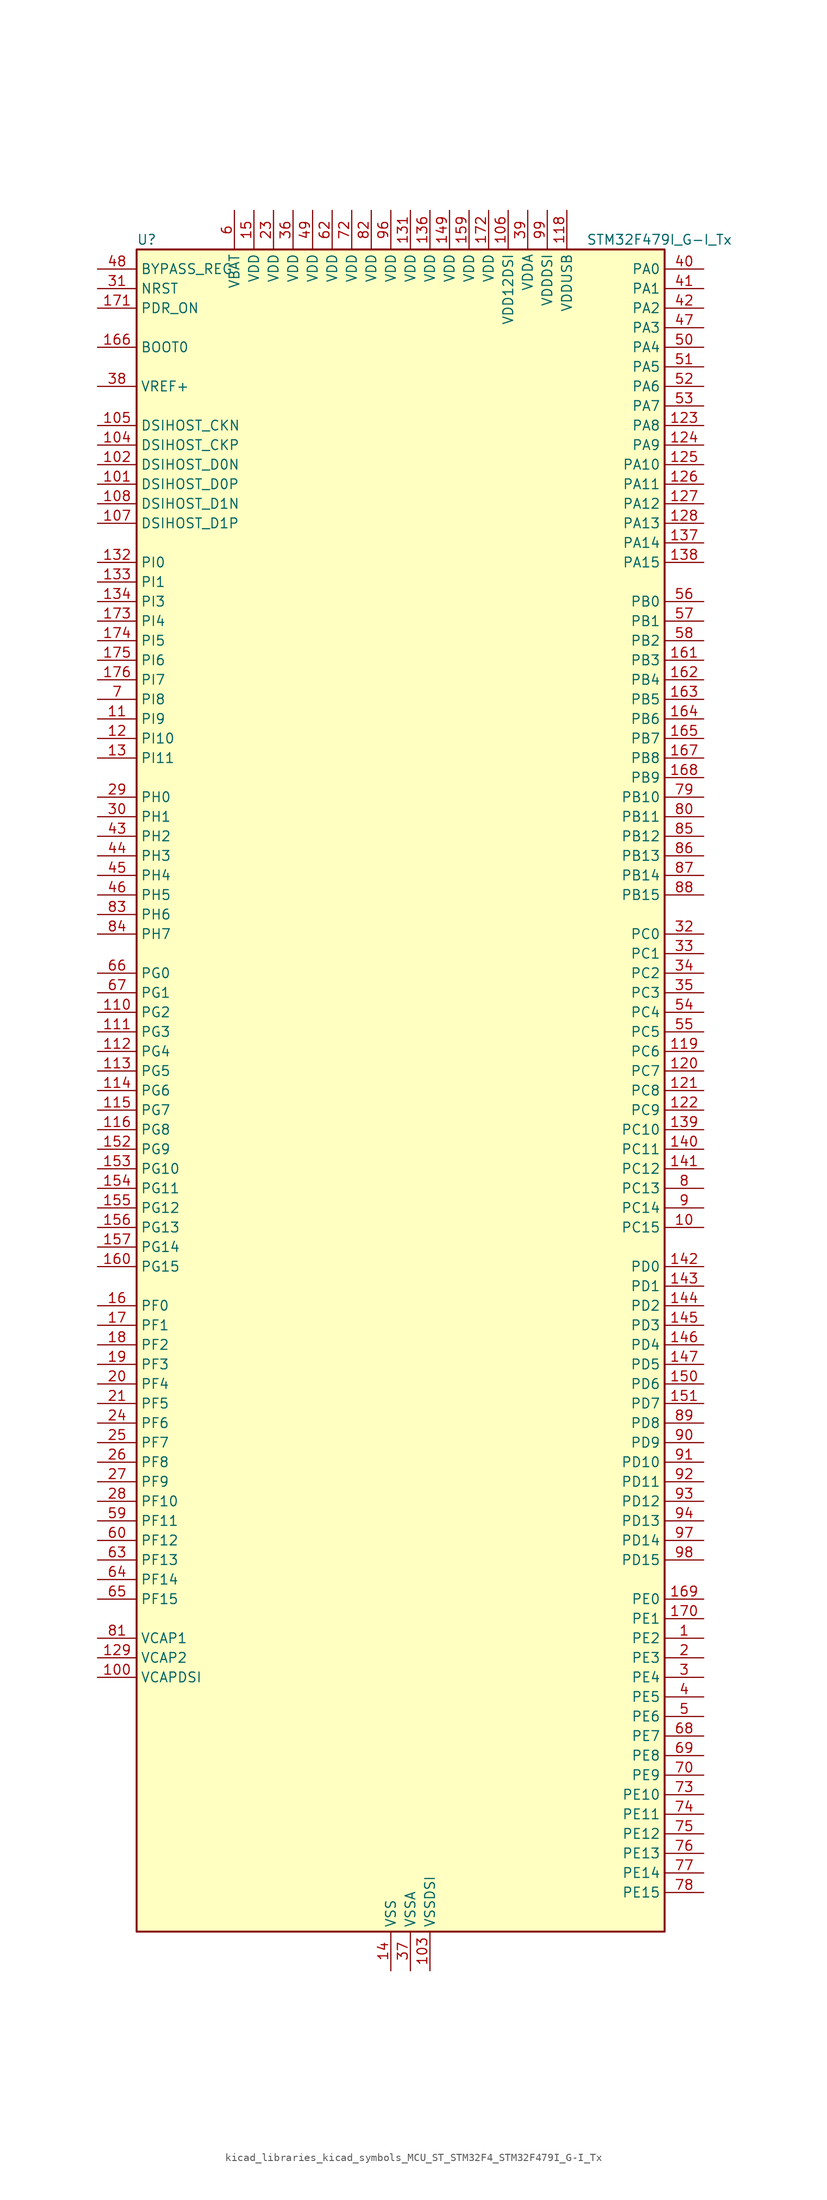
<source format=kicad_sym>
(kicad_symbol_lib
  (version 20220914)
  (generator kicad_symbol_editor)
  (symbol "kicad_libraries_kicad_symbols_MCU_ST_STM32F4_STM32F479I_G-I_Tx"
    (property "Reference" "U"
      (at -33.02 110.49 0)
      (effects (font (size 1.27 1.27)) (justify left)))
    (property "Value" "STM32F479I_G-I_Tx"
      (at 25.4 110.49 0)
      (effects (font (size 1.27 1.27)) (justify left)))
    (property "ki_locked" ""
      (at 0 0 0)
      (effects (font (size 1.27 1.27))))
    (symbol "kicad_libraries_kicad_symbols_MCU_ST_STM32F4_STM32F479I_G-I_Tx_0_1"
      (rectangle (start -33.02 -109.22) (end 35.56 109.22) (stroke (width 0.254) (type default)) (fill (type background))))
    (symbol "kicad_libraries_kicad_symbols_MCU_ST_STM32F4_STM32F479I_G-I_Tx_1_1"
      (pin bidirectional line (at 40.64 -71.12 180) (length 5.08) (name "PE2" (effects (font (size 1.27 1.27)))) (number "1" (effects (font (size 1.27 1.27)))) (alternate "ETH_TXD3" bidirectional line) (alternate "FMC_A23" bidirectional line) (alternate "QUADSPI_BK1_IO2" bidirectional line) (alternate "SAI1_MCLK_A" bidirectional line) (alternate "SPI4_SCK" bidirectional line) (alternate "SYS_TRACECLK" bidirectional line))
      (pin bidirectional line (at 40.64 -17.78 180) (length 5.08) (name "PC15" (effects (font (size 1.27 1.27)))) (number "10" (effects (font (size 1.27 1.27)))) (alternate "ADC1_EXTI15" bidirectional line) (alternate "ADC2_EXTI15" bidirectional line) (alternate "ADC3_EXTI15" bidirectional line) (alternate "RCC_OSC32_OUT" bidirectional line))
      (pin power_out line (at -38.1 -76.2 0) (length 5.08) (name "VCAPDSI" (effects (font (size 1.27 1.27)))) (number "100" (effects (font (size 1.27 1.27)))))
      (pin bidirectional line (at -38.1 78.74 0) (length 5.08) (name "DSIHOST_D0P" (effects (font (size 1.27 1.27)))) (number "101" (effects (font (size 1.27 1.27)))) (alternate "DSIHOST_D0P" bidirectional line))
      (pin bidirectional line (at -38.1 81.28 0) (length 5.08) (name "DSIHOST_D0N" (effects (font (size 1.27 1.27)))) (number "102" (effects (font (size 1.27 1.27)))) (alternate "DSIHOST_D0N" bidirectional line))
      (pin power_in line (at 5.08 -114.3 90) (length 5.08) (name "VSSDSI" (effects (font (size 1.27 1.27)))) (number "103" (effects (font (size 1.27 1.27)))))
      (pin bidirectional line (at -38.1 83.82 0) (length 5.08) (name "DSIHOST_CKP" (effects (font (size 1.27 1.27)))) (number "104" (effects (font (size 1.27 1.27)))) (alternate "DSIHOST_CKP" bidirectional line))
      (pin bidirectional line (at -38.1 86.36 0) (length 5.08) (name "DSIHOST_CKN" (effects (font (size 1.27 1.27)))) (number "105" (effects (font (size 1.27 1.27)))) (alternate "DSIHOST_CKN" bidirectional line))
      (pin power_in line (at 15.24 114.3 270) (length 5.08) (name "VDD12DSI" (effects (font (size 1.27 1.27)))) (number "106" (effects (font (size 1.27 1.27)))))
      (pin bidirectional line (at -38.1 73.66 0) (length 5.08) (name "DSIHOST_D1P" (effects (font (size 1.27 1.27)))) (number "107" (effects (font (size 1.27 1.27)))) (alternate "DSIHOST_D1P" bidirectional line))
      (pin bidirectional line (at -38.1 76.2 0) (length 5.08) (name "DSIHOST_D1N" (effects (font (size 1.27 1.27)))) (number "108" (effects (font (size 1.27 1.27)))) (alternate "DSIHOST_D1N" bidirectional line))
      (pin passive line (at 5.08 -114.3 90) (length 5.08) hide (name "VSSDSI" (effects (font (size 1.27 1.27)))) (number "109" (effects (font (size 1.27 1.27)))))
      (pin bidirectional line (at -38.1 48.26 0) (length 5.08) (name "PI9" (effects (font (size 1.27 1.27)))) (number "11" (effects (font (size 1.27 1.27)))) (alternate "CAN1_RX" bidirectional line) (alternate "DAC_EXTI9" bidirectional line) (alternate "FMC_D30" bidirectional line) (alternate "LTDC_VSYNC" bidirectional line))
      (pin bidirectional line (at -38.1 10.16 0) (length 5.08) (name "PG2" (effects (font (size 1.27 1.27)))) (number "110" (effects (font (size 1.27 1.27)))) (alternate "FMC_A12" bidirectional line))
      (pin bidirectional line (at -38.1 7.62 0) (length 5.08) (name "PG3" (effects (font (size 1.27 1.27)))) (number "111" (effects (font (size 1.27 1.27)))) (alternate "FMC_A13" bidirectional line))
      (pin bidirectional line (at -38.1 5.08 0) (length 5.08) (name "PG4" (effects (font (size 1.27 1.27)))) (number "112" (effects (font (size 1.27 1.27)))) (alternate "FMC_A14" bidirectional line) (alternate "FMC_BA0" bidirectional line))
      (pin bidirectional line (at -38.1 2.54 0) (length 5.08) (name "PG5" (effects (font (size 1.27 1.27)))) (number "113" (effects (font (size 1.27 1.27)))) (alternate "FMC_A15" bidirectional line) (alternate "FMC_BA1" bidirectional line))
      (pin bidirectional line (at -38.1 0 0) (length 5.08) (name "PG6" (effects (font (size 1.27 1.27)))) (number "114" (effects (font (size 1.27 1.27)))) (alternate "DCMI_D12" bidirectional line) (alternate "LTDC_R7" bidirectional line))
      (pin bidirectional line (at -38.1 -2.54 0) (length 5.08) (name "PG7" (effects (font (size 1.27 1.27)))) (number "115" (effects (font (size 1.27 1.27)))) (alternate "DCMI_D13" bidirectional line) (alternate "FMC_INT" bidirectional line) (alternate "LTDC_CLK" bidirectional line) (alternate "SAI1_MCLK_A" bidirectional line) (alternate "USART6_CK" bidirectional line))
      (pin bidirectional line (at -38.1 -5.08 0) (length 5.08) (name "PG8" (effects (font (size 1.27 1.27)))) (number "116" (effects (font (size 1.27 1.27)))) (alternate "ETH_PPS_OUT" bidirectional line) (alternate "FMC_SDCLK" bidirectional line) (alternate "LTDC_G7" bidirectional line) (alternate "SPI6_NSS" bidirectional line) (alternate "USART6_RTS" bidirectional line))
      (pin passive line (at 0 -114.3 90) (length 5.08) hide (name "VSS" (effects (font (size 1.27 1.27)))) (number "117" (effects (font (size 1.27 1.27)))))
      (pin power_in line (at 22.86 114.3 270) (length 5.08) (name "VDDUSB" (effects (font (size 1.27 1.27)))) (number "118" (effects (font (size 1.27 1.27)))))
      (pin bidirectional line (at 40.64 5.08 180) (length 5.08) (name "PC6" (effects (font (size 1.27 1.27)))) (number "119" (effects (font (size 1.27 1.27)))) (alternate "DCMI_D0" bidirectional line) (alternate "I2S2_MCK" bidirectional line) (alternate "LTDC_HSYNC" bidirectional line) (alternate "SDIO_D6" bidirectional line) (alternate "TIM3_CH1" bidirectional line) (alternate "TIM8_CH1" bidirectional line) (alternate "USART6_TX" bidirectional line))
      (pin bidirectional line (at -38.1 45.72 0) (length 5.08) (name "PI10" (effects (font (size 1.27 1.27)))) (number "12" (effects (font (size 1.27 1.27)))) (alternate "ETH_RX_ER" bidirectional line) (alternate "FMC_D31" bidirectional line) (alternate "LTDC_HSYNC" bidirectional line))
      (pin bidirectional line (at 40.64 2.54 180) (length 5.08) (name "PC7" (effects (font (size 1.27 1.27)))) (number "120" (effects (font (size 1.27 1.27)))) (alternate "DCMI_D1" bidirectional line) (alternate "I2S3_MCK" bidirectional line) (alternate "LTDC_G6" bidirectional line) (alternate "SDIO_D7" bidirectional line) (alternate "TIM3_CH2" bidirectional line) (alternate "TIM8_CH2" bidirectional line) (alternate "USART6_RX" bidirectional line))
      (pin bidirectional line (at 40.64 0 180) (length 5.08) (name "PC8" (effects (font (size 1.27 1.27)))) (number "121" (effects (font (size 1.27 1.27)))) (alternate "DCMI_D2" bidirectional line) (alternate "SDIO_D0" bidirectional line) (alternate "SYS_TRACED1" bidirectional line) (alternate "TIM3_CH3" bidirectional line) (alternate "TIM8_CH3" bidirectional line) (alternate "USART6_CK" bidirectional line))
      (pin bidirectional line (at 40.64 -2.54 180) (length 5.08) (name "PC9" (effects (font (size 1.27 1.27)))) (number "122" (effects (font (size 1.27 1.27)))) (alternate "DAC_EXTI9" bidirectional line) (alternate "DCMI_D3" bidirectional line) (alternate "I2C3_SDA" bidirectional line) (alternate "I2S_CKIN" bidirectional line) (alternate "QUADSPI_BK1_IO0" bidirectional line) (alternate "RCC_MCO_2" bidirectional line) (alternate "SDIO_D1" bidirectional line) (alternate "TIM3_CH4" bidirectional line) (alternate "TIM8_CH4" bidirectional line))
      (pin bidirectional line (at 40.64 86.36 180) (length 5.08) (name "PA8" (effects (font (size 1.27 1.27)))) (number "123" (effects (font (size 1.27 1.27)))) (alternate "I2C3_SCL" bidirectional line) (alternate "LTDC_R6" bidirectional line) (alternate "RCC_MCO_1" bidirectional line) (alternate "TIM1_CH1" bidirectional line) (alternate "USART1_CK" bidirectional line) (alternate "USB_OTG_FS_SOF" bidirectional line))
      (pin bidirectional line (at 40.64 83.82 180) (length 5.08) (name "PA9" (effects (font (size 1.27 1.27)))) (number "124" (effects (font (size 1.27 1.27)))) (alternate "DAC_EXTI9" bidirectional line) (alternate "DCMI_D0" bidirectional line) (alternate "I2C3_SMBA" bidirectional line) (alternate "I2S2_CK" bidirectional line) (alternate "SPI2_SCK" bidirectional line) (alternate "TIM1_CH2" bidirectional line) (alternate "USART1_TX" bidirectional line) (alternate "USB_OTG_FS_VBUS" bidirectional line))
      (pin bidirectional line (at 40.64 81.28 180) (length 5.08) (name "PA10" (effects (font (size 1.27 1.27)))) (number "125" (effects (font (size 1.27 1.27)))) (alternate "DCMI_D1" bidirectional line) (alternate "TIM1_CH3" bidirectional line) (alternate "USART1_RX" bidirectional line) (alternate "USB_OTG_FS_ID" bidirectional line))
      (pin bidirectional line (at 40.64 78.74 180) (length 5.08) (name "PA11" (effects (font (size 1.27 1.27)))) (number "126" (effects (font (size 1.27 1.27)))) (alternate "ADC1_EXTI11" bidirectional line) (alternate "ADC2_EXTI11" bidirectional line) (alternate "ADC3_EXTI11" bidirectional line) (alternate "CAN1_RX" bidirectional line) (alternate "LTDC_R4" bidirectional line) (alternate "TIM1_CH4" bidirectional line) (alternate "USART1_CTS" bidirectional line) (alternate "USB_OTG_FS_DM" bidirectional line))
      (pin bidirectional line (at 40.64 76.2 180) (length 5.08) (name "PA12" (effects (font (size 1.27 1.27)))) (number "127" (effects (font (size 1.27 1.27)))) (alternate "CAN1_TX" bidirectional line) (alternate "LTDC_R5" bidirectional line) (alternate "TIM1_ETR" bidirectional line) (alternate "USART1_RTS" bidirectional line) (alternate "USB_OTG_FS_DP" bidirectional line))
      (pin bidirectional line (at 40.64 73.66 180) (length 5.08) (name "PA13" (effects (font (size 1.27 1.27)))) (number "128" (effects (font (size 1.27 1.27)))) (alternate "SYS_JTMS-SWDIO" bidirectional line))
      (pin power_out line (at -38.1 -73.66 0) (length 5.08) (name "VCAP2" (effects (font (size 1.27 1.27)))) (number "129" (effects (font (size 1.27 1.27)))))
      (pin bidirectional line (at -38.1 43.18 0) (length 5.08) (name "PI11" (effects (font (size 1.27 1.27)))) (number "13" (effects (font (size 1.27 1.27)))) (alternate "ADC1_EXTI11" bidirectional line) (alternate "ADC2_EXTI11" bidirectional line) (alternate "ADC3_EXTI11" bidirectional line) (alternate "LTDC_G6" bidirectional line) (alternate "USB_OTG_HS_ULPI_DIR" bidirectional line))
      (pin passive line (at 0 -114.3 90) (length 5.08) hide (name "VSS" (effects (font (size 1.27 1.27)))) (number "130" (effects (font (size 1.27 1.27)))))
      (pin power_in line (at 2.54 114.3 270) (length 5.08) (name "VDD" (effects (font (size 1.27 1.27)))) (number "131" (effects (font (size 1.27 1.27)))))
      (pin bidirectional line (at -38.1 68.58 0) (length 5.08) (name "PI0" (effects (font (size 1.27 1.27)))) (number "132" (effects (font (size 1.27 1.27)))) (alternate "DCMI_D13" bidirectional line) (alternate "FMC_D24" bidirectional line) (alternate "I2S2_WS" bidirectional line) (alternate "LTDC_G5" bidirectional line) (alternate "SPI2_NSS" bidirectional line) (alternate "TIM5_CH4" bidirectional line))
      (pin bidirectional line (at -38.1 66.04 0) (length 5.08) (name "PI1" (effects (font (size 1.27 1.27)))) (number "133" (effects (font (size 1.27 1.27)))) (alternate "DCMI_D8" bidirectional line) (alternate "FMC_D25" bidirectional line) (alternate "I2S2_CK" bidirectional line) (alternate "LTDC_G6" bidirectional line) (alternate "SPI2_SCK" bidirectional line))
      (pin bidirectional line (at -38.1 63.5 0) (length 5.08) (name "PI3" (effects (font (size 1.27 1.27)))) (number "134" (effects (font (size 1.27 1.27)))) (alternate "DCMI_D10" bidirectional line) (alternate "FMC_D27" bidirectional line) (alternate "I2S2_SD" bidirectional line) (alternate "SPI2_MOSI" bidirectional line) (alternate "TIM8_ETR" bidirectional line))
      (pin passive line (at 0 -114.3 90) (length 5.08) hide (name "VSS" (effects (font (size 1.27 1.27)))) (number "135" (effects (font (size 1.27 1.27)))))
      (pin power_in line (at 5.08 114.3 270) (length 5.08) (name "VDD" (effects (font (size 1.27 1.27)))) (number "136" (effects (font (size 1.27 1.27)))))
      (pin bidirectional line (at 40.64 71.12 180) (length 5.08) (name "PA14" (effects (font (size 1.27 1.27)))) (number "137" (effects (font (size 1.27 1.27)))) (alternate "SYS_JTCK-SWCLK" bidirectional line))
      (pin bidirectional line (at 40.64 68.58 180) (length 5.08) (name "PA15" (effects (font (size 1.27 1.27)))) (number "138" (effects (font (size 1.27 1.27)))) (alternate "ADC1_EXTI15" bidirectional line) (alternate "ADC2_EXTI15" bidirectional line) (alternate "ADC3_EXTI15" bidirectional line) (alternate "I2S3_WS" bidirectional line) (alternate "SPI1_NSS" bidirectional line) (alternate "SPI3_NSS" bidirectional line) (alternate "SYS_JTDI" bidirectional line) (alternate "TIM2_CH1" bidirectional line) (alternate "TIM2_ETR" bidirectional line))
      (pin bidirectional line (at 40.64 -5.08 180) (length 5.08) (name "PC10" (effects (font (size 1.27 1.27)))) (number "139" (effects (font (size 1.27 1.27)))) (alternate "DCMI_D8" bidirectional line) (alternate "I2S3_CK" bidirectional line) (alternate "LTDC_R2" bidirectional line) (alternate "QUADSPI_BK1_IO1" bidirectional line) (alternate "SDIO_D2" bidirectional line) (alternate "SPI3_SCK" bidirectional line) (alternate "UART4_TX" bidirectional line) (alternate "USART3_TX" bidirectional line))
      (pin power_in line (at 0 -114.3 90) (length 5.08) (name "VSS" (effects (font (size 1.27 1.27)))) (number "14" (effects (font (size 1.27 1.27)))))
      (pin bidirectional line (at 40.64 -7.62 180) (length 5.08) (name "PC11" (effects (font (size 1.27 1.27)))) (number "140" (effects (font (size 1.27 1.27)))) (alternate "ADC1_EXTI11" bidirectional line) (alternate "ADC2_EXTI11" bidirectional line) (alternate "ADC3_EXTI11" bidirectional line) (alternate "DCMI_D4" bidirectional line) (alternate "I2S3_ext_SD" bidirectional line) (alternate "QUADSPI_BK2_NCS" bidirectional line) (alternate "SDIO_D3" bidirectional line) (alternate "SPI3_MISO" bidirectional line) (alternate "UART4_RX" bidirectional line) (alternate "USART3_RX" bidirectional line))
      (pin bidirectional line (at 40.64 -10.16 180) (length 5.08) (name "PC12" (effects (font (size 1.27 1.27)))) (number "141" (effects (font (size 1.27 1.27)))) (alternate "DCMI_D9" bidirectional line) (alternate "I2S3_SD" bidirectional line) (alternate "SDIO_CK" bidirectional line) (alternate "SPI3_MOSI" bidirectional line) (alternate "SYS_TRACED3" bidirectional line) (alternate "UART5_TX" bidirectional line) (alternate "USART3_CK" bidirectional line))
      (pin bidirectional line (at 40.64 -22.86 180) (length 5.08) (name "PD0" (effects (font (size 1.27 1.27)))) (number "142" (effects (font (size 1.27 1.27)))) (alternate "CAN1_RX" bidirectional line) (alternate "FMC_D2" bidirectional line) (alternate "FMC_DA2" bidirectional line))
      (pin bidirectional line (at 40.64 -25.4 180) (length 5.08) (name "PD1" (effects (font (size 1.27 1.27)))) (number "143" (effects (font (size 1.27 1.27)))) (alternate "CAN1_TX" bidirectional line) (alternate "FMC_D3" bidirectional line) (alternate "FMC_DA3" bidirectional line))
      (pin bidirectional line (at 40.64 -27.94 180) (length 5.08) (name "PD2" (effects (font (size 1.27 1.27)))) (number "144" (effects (font (size 1.27 1.27)))) (alternate "DCMI_D11" bidirectional line) (alternate "SDIO_CMD" bidirectional line) (alternate "SYS_TRACED2" bidirectional line) (alternate "TIM3_ETR" bidirectional line) (alternate "UART5_RX" bidirectional line))
      (pin bidirectional line (at 40.64 -30.48 180) (length 5.08) (name "PD3" (effects (font (size 1.27 1.27)))) (number "145" (effects (font (size 1.27 1.27)))) (alternate "DCMI_D5" bidirectional line) (alternate "FMC_CLK" bidirectional line) (alternate "I2S2_CK" bidirectional line) (alternate "LTDC_G7" bidirectional line) (alternate "SPI2_SCK" bidirectional line) (alternate "USART2_CTS" bidirectional line))
      (pin bidirectional line (at 40.64 -33.02 180) (length 5.08) (name "PD4" (effects (font (size 1.27 1.27)))) (number "146" (effects (font (size 1.27 1.27)))) (alternate "FMC_NOE" bidirectional line) (alternate "USART2_RTS" bidirectional line))
      (pin bidirectional line (at 40.64 -35.56 180) (length 5.08) (name "PD5" (effects (font (size 1.27 1.27)))) (number "147" (effects (font (size 1.27 1.27)))) (alternate "FMC_NWE" bidirectional line) (alternate "USART2_TX" bidirectional line))
      (pin passive line (at 0 -114.3 90) (length 5.08) hide (name "VSS" (effects (font (size 1.27 1.27)))) (number "148" (effects (font (size 1.27 1.27)))))
      (pin power_in line (at 7.62 114.3 270) (length 5.08) (name "VDD" (effects (font (size 1.27 1.27)))) (number "149" (effects (font (size 1.27 1.27)))))
      (pin power_in line (at -17.78 114.3 270) (length 5.08) (name "VDD" (effects (font (size 1.27 1.27)))) (number "15" (effects (font (size 1.27 1.27)))))
      (pin bidirectional line (at 40.64 -38.1 180) (length 5.08) (name "PD6" (effects (font (size 1.27 1.27)))) (number "150" (effects (font (size 1.27 1.27)))) (alternate "DCMI_D10" bidirectional line) (alternate "FMC_NWAIT" bidirectional line) (alternate "I2S3_SD" bidirectional line) (alternate "LTDC_B2" bidirectional line) (alternate "SAI1_SD_A" bidirectional line) (alternate "SPI3_MOSI" bidirectional line) (alternate "USART2_RX" bidirectional line))
      (pin bidirectional line (at 40.64 -40.64 180) (length 5.08) (name "PD7" (effects (font (size 1.27 1.27)))) (number "151" (effects (font (size 1.27 1.27)))) (alternate "FMC_NE1" bidirectional line) (alternate "USART2_CK" bidirectional line))
      (pin bidirectional line (at -38.1 -7.62 0) (length 5.08) (name "PG9" (effects (font (size 1.27 1.27)))) (number "152" (effects (font (size 1.27 1.27)))) (alternate "DAC_EXTI9" bidirectional line) (alternate "DCMI_VSYNC" bidirectional line) (alternate "FMC_NCE" bidirectional line) (alternate "FMC_NE2" bidirectional line) (alternate "QUADSPI_BK2_IO2" bidirectional line) (alternate "USART6_RX" bidirectional line))
      (pin bidirectional line (at -38.1 -10.16 0) (length 5.08) (name "PG10" (effects (font (size 1.27 1.27)))) (number "153" (effects (font (size 1.27 1.27)))) (alternate "DCMI_D2" bidirectional line) (alternate "FMC_NE3" bidirectional line) (alternate "LTDC_B2" bidirectional line) (alternate "LTDC_G3" bidirectional line))
      (pin bidirectional line (at -38.1 -12.7 0) (length 5.08) (name "PG11" (effects (font (size 1.27 1.27)))) (number "154" (effects (font (size 1.27 1.27)))) (alternate "ADC1_EXTI11" bidirectional line) (alternate "ADC2_EXTI11" bidirectional line) (alternate "ADC3_EXTI11" bidirectional line) (alternate "DCMI_D3" bidirectional line) (alternate "ETH_TX_EN" bidirectional line) (alternate "LTDC_B3" bidirectional line))
      (pin bidirectional line (at -38.1 -15.24 0) (length 5.08) (name "PG12" (effects (font (size 1.27 1.27)))) (number "155" (effects (font (size 1.27 1.27)))) (alternate "FMC_NE4" bidirectional line) (alternate "LTDC_B1" bidirectional line) (alternate "LTDC_B4" bidirectional line) (alternate "SPI6_MISO" bidirectional line) (alternate "USART6_RTS" bidirectional line))
      (pin bidirectional line (at -38.1 -17.78 0) (length 5.08) (name "PG13" (effects (font (size 1.27 1.27)))) (number "156" (effects (font (size 1.27 1.27)))) (alternate "ETH_TXD0" bidirectional line) (alternate "FMC_A24" bidirectional line) (alternate "LTDC_R0" bidirectional line) (alternate "SPI6_SCK" bidirectional line) (alternate "SYS_TRACED0" bidirectional line) (alternate "USART6_CTS" bidirectional line))
      (pin bidirectional line (at -38.1 -20.32 0) (length 5.08) (name "PG14" (effects (font (size 1.27 1.27)))) (number "157" (effects (font (size 1.27 1.27)))) (alternate "ETH_TXD1" bidirectional line) (alternate "FMC_A25" bidirectional line) (alternate "LTDC_B0" bidirectional line) (alternate "QUADSPI_BK2_IO3" bidirectional line) (alternate "SPI6_MOSI" bidirectional line) (alternate "SYS_TRACED1" bidirectional line) (alternate "USART6_TX" bidirectional line))
      (pin passive line (at 0 -114.3 90) (length 5.08) hide (name "VSS" (effects (font (size 1.27 1.27)))) (number "158" (effects (font (size 1.27 1.27)))))
      (pin power_in line (at 10.16 114.3 270) (length 5.08) (name "VDD" (effects (font (size 1.27 1.27)))) (number "159" (effects (font (size 1.27 1.27)))))
      (pin bidirectional line (at -38.1 -27.94 0) (length 5.08) (name "PF0" (effects (font (size 1.27 1.27)))) (number "16" (effects (font (size 1.27 1.27)))) (alternate "FMC_A0" bidirectional line) (alternate "I2C2_SDA" bidirectional line))
      (pin bidirectional line (at -38.1 -22.86 0) (length 5.08) (name "PG15" (effects (font (size 1.27 1.27)))) (number "160" (effects (font (size 1.27 1.27)))) (alternate "ADC1_EXTI15" bidirectional line) (alternate "ADC2_EXTI15" bidirectional line) (alternate "ADC3_EXTI15" bidirectional line) (alternate "DCMI_D13" bidirectional line) (alternate "FMC_SDNCAS" bidirectional line) (alternate "USART6_CTS" bidirectional line))
      (pin bidirectional line (at 40.64 55.88 180) (length 5.08) (name "PB3" (effects (font (size 1.27 1.27)))) (number "161" (effects (font (size 1.27 1.27)))) (alternate "I2S3_CK" bidirectional line) (alternate "SPI1_SCK" bidirectional line) (alternate "SPI3_SCK" bidirectional line) (alternate "SYS_JTDO-SWO" bidirectional line) (alternate "TIM2_CH2" bidirectional line))
      (pin bidirectional line (at 40.64 53.34 180) (length 5.08) (name "PB4" (effects (font (size 1.27 1.27)))) (number "162" (effects (font (size 1.27 1.27)))) (alternate "I2S3_ext_SD" bidirectional line) (alternate "SPI1_MISO" bidirectional line) (alternate "SPI3_MISO" bidirectional line) (alternate "SYS_JTRST" bidirectional line) (alternate "TIM3_CH1" bidirectional line))
      (pin bidirectional line (at 40.64 50.8 180) (length 5.08) (name "PB5" (effects (font (size 1.27 1.27)))) (number "163" (effects (font (size 1.27 1.27)))) (alternate "CAN2_RX" bidirectional line) (alternate "DCMI_D10" bidirectional line) (alternate "ETH_PPS_OUT" bidirectional line) (alternate "FMC_SDCKE1" bidirectional line) (alternate "I2C1_SMBA" bidirectional line) (alternate "I2S3_SD" bidirectional line) (alternate "LTDC_G7" bidirectional line) (alternate "SPI1_MOSI" bidirectional line) (alternate "SPI3_MOSI" bidirectional line) (alternate "TIM3_CH2" bidirectional line) (alternate "USB_OTG_HS_ULPI_D7" bidirectional line))
      (pin bidirectional line (at 40.64 48.26 180) (length 5.08) (name "PB6" (effects (font (size 1.27 1.27)))) (number "164" (effects (font (size 1.27 1.27)))) (alternate "CAN2_TX" bidirectional line) (alternate "DCMI_D5" bidirectional line) (alternate "FMC_SDNE1" bidirectional line) (alternate "I2C1_SCL" bidirectional line) (alternate "QUADSPI_BK1_NCS" bidirectional line) (alternate "TIM4_CH1" bidirectional line) (alternate "USART1_TX" bidirectional line))
      (pin bidirectional line (at 40.64 45.72 180) (length 5.08) (name "PB7" (effects (font (size 1.27 1.27)))) (number "165" (effects (font (size 1.27 1.27)))) (alternate "DCMI_VSYNC" bidirectional line) (alternate "FMC_NL" bidirectional line) (alternate "I2C1_SDA" bidirectional line) (alternate "TIM4_CH2" bidirectional line) (alternate "USART1_RX" bidirectional line))
      (pin input line (at -38.1 96.52 0) (length 5.08) (name "BOOT0" (effects (font (size 1.27 1.27)))) (number "166" (effects (font (size 1.27 1.27)))))
      (pin bidirectional line (at 40.64 43.18 180) (length 5.08) (name "PB8" (effects (font (size 1.27 1.27)))) (number "167" (effects (font (size 1.27 1.27)))) (alternate "CAN1_RX" bidirectional line) (alternate "DCMI_D6" bidirectional line) (alternate "ETH_TXD3" bidirectional line) (alternate "I2C1_SCL" bidirectional line) (alternate "LTDC_B6" bidirectional line) (alternate "SDIO_D4" bidirectional line) (alternate "TIM10_CH1" bidirectional line) (alternate "TIM4_CH3" bidirectional line))
      (pin bidirectional line (at 40.64 40.64 180) (length 5.08) (name "PB9" (effects (font (size 1.27 1.27)))) (number "168" (effects (font (size 1.27 1.27)))) (alternate "CAN1_TX" bidirectional line) (alternate "DAC_EXTI9" bidirectional line) (alternate "DCMI_D7" bidirectional line) (alternate "I2C1_SDA" bidirectional line) (alternate "I2S2_WS" bidirectional line) (alternate "LTDC_B7" bidirectional line) (alternate "SDIO_D5" bidirectional line) (alternate "SPI2_NSS" bidirectional line) (alternate "TIM11_CH1" bidirectional line) (alternate "TIM4_CH4" bidirectional line))
      (pin bidirectional line (at 40.64 -66.04 180) (length 5.08) (name "PE0" (effects (font (size 1.27 1.27)))) (number "169" (effects (font (size 1.27 1.27)))) (alternate "DCMI_D2" bidirectional line) (alternate "FMC_NBL0" bidirectional line) (alternate "TIM4_ETR" bidirectional line) (alternate "UART8_RX" bidirectional line))
      (pin bidirectional line (at -38.1 -30.48 0) (length 5.08) (name "PF1" (effects (font (size 1.27 1.27)))) (number "17" (effects (font (size 1.27 1.27)))) (alternate "FMC_A1" bidirectional line) (alternate "I2C2_SCL" bidirectional line))
      (pin bidirectional line (at 40.64 -68.58 180) (length 5.08) (name "PE1" (effects (font (size 1.27 1.27)))) (number "170" (effects (font (size 1.27 1.27)))) (alternate "DCMI_D3" bidirectional line) (alternate "FMC_NBL1" bidirectional line) (alternate "UART8_TX" bidirectional line))
      (pin input line (at -38.1 101.6 0) (length 5.08) (name "PDR_ON" (effects (font (size 1.27 1.27)))) (number "171" (effects (font (size 1.27 1.27)))))
      (pin power_in line (at 12.7 114.3 270) (length 5.08) (name "VDD" (effects (font (size 1.27 1.27)))) (number "172" (effects (font (size 1.27 1.27)))))
      (pin bidirectional line (at -38.1 60.96 0) (length 5.08) (name "PI4" (effects (font (size 1.27 1.27)))) (number "173" (effects (font (size 1.27 1.27)))) (alternate "DCMI_D5" bidirectional line) (alternate "FMC_NBL2" bidirectional line) (alternate "LTDC_B4" bidirectional line) (alternate "TIM8_BKIN" bidirectional line))
      (pin bidirectional line (at -38.1 58.42 0) (length 5.08) (name "PI5" (effects (font (size 1.27 1.27)))) (number "174" (effects (font (size 1.27 1.27)))) (alternate "DCMI_VSYNC" bidirectional line) (alternate "FMC_NBL3" bidirectional line) (alternate "LTDC_B5" bidirectional line) (alternate "TIM8_CH1" bidirectional line))
      (pin bidirectional line (at -38.1 55.88 0) (length 5.08) (name "PI6" (effects (font (size 1.27 1.27)))) (number "175" (effects (font (size 1.27 1.27)))) (alternate "DCMI_D6" bidirectional line) (alternate "FMC_D28" bidirectional line) (alternate "LTDC_B6" bidirectional line) (alternate "TIM8_CH2" bidirectional line))
      (pin bidirectional line (at -38.1 53.34 0) (length 5.08) (name "PI7" (effects (font (size 1.27 1.27)))) (number "176" (effects (font (size 1.27 1.27)))) (alternate "DCMI_D7" bidirectional line) (alternate "FMC_D29" bidirectional line) (alternate "LTDC_B7" bidirectional line) (alternate "TIM8_CH3" bidirectional line))
      (pin bidirectional line (at -38.1 -33.02 0) (length 5.08) (name "PF2" (effects (font (size 1.27 1.27)))) (number "18" (effects (font (size 1.27 1.27)))) (alternate "FMC_A2" bidirectional line) (alternate "I2C2_SMBA" bidirectional line))
      (pin bidirectional line (at -38.1 -35.56 0) (length 5.08) (name "PF3" (effects (font (size 1.27 1.27)))) (number "19" (effects (font (size 1.27 1.27)))) (alternate "ADC3_IN9" bidirectional line) (alternate "FMC_A3" bidirectional line))
      (pin bidirectional line (at 40.64 -73.66 180) (length 5.08) (name "PE3" (effects (font (size 1.27 1.27)))) (number "2" (effects (font (size 1.27 1.27)))) (alternate "FMC_A19" bidirectional line) (alternate "SAI1_SD_B" bidirectional line) (alternate "SYS_TRACED0" bidirectional line))
      (pin bidirectional line (at -38.1 -38.1 0) (length 5.08) (name "PF4" (effects (font (size 1.27 1.27)))) (number "20" (effects (font (size 1.27 1.27)))) (alternate "ADC3_IN14" bidirectional line) (alternate "FMC_A4" bidirectional line))
      (pin bidirectional line (at -38.1 -40.64 0) (length 5.08) (name "PF5" (effects (font (size 1.27 1.27)))) (number "21" (effects (font (size 1.27 1.27)))) (alternate "ADC3_IN15" bidirectional line) (alternate "FMC_A5" bidirectional line))
      (pin passive line (at 0 -114.3 90) (length 5.08) hide (name "VSS" (effects (font (size 1.27 1.27)))) (number "22" (effects (font (size 1.27 1.27)))))
      (pin power_in line (at -15.24 114.3 270) (length 5.08) (name "VDD" (effects (font (size 1.27 1.27)))) (number "23" (effects (font (size 1.27 1.27)))))
      (pin bidirectional line (at -38.1 -43.18 0) (length 5.08) (name "PF6" (effects (font (size 1.27 1.27)))) (number "24" (effects (font (size 1.27 1.27)))) (alternate "ADC3_IN4" bidirectional line) (alternate "QUADSPI_BK1_IO3" bidirectional line) (alternate "SAI1_SD_B" bidirectional line) (alternate "SPI5_NSS" bidirectional line) (alternate "TIM10_CH1" bidirectional line) (alternate "UART7_RX" bidirectional line))
      (pin bidirectional line (at -38.1 -45.72 0) (length 5.08) (name "PF7" (effects (font (size 1.27 1.27)))) (number "25" (effects (font (size 1.27 1.27)))) (alternate "ADC3_IN5" bidirectional line) (alternate "QUADSPI_BK1_IO2" bidirectional line) (alternate "SAI1_MCLK_B" bidirectional line) (alternate "SPI5_SCK" bidirectional line) (alternate "TIM11_CH1" bidirectional line) (alternate "UART7_TX" bidirectional line))
      (pin bidirectional line (at -38.1 -48.26 0) (length 5.08) (name "PF8" (effects (font (size 1.27 1.27)))) (number "26" (effects (font (size 1.27 1.27)))) (alternate "ADC3_IN6" bidirectional line) (alternate "QUADSPI_BK1_IO0" bidirectional line) (alternate "SAI1_SCK_B" bidirectional line) (alternate "SPI5_MISO" bidirectional line) (alternate "TIM13_CH1" bidirectional line))
      (pin bidirectional line (at -38.1 -50.8 0) (length 5.08) (name "PF9" (effects (font (size 1.27 1.27)))) (number "27" (effects (font (size 1.27 1.27)))) (alternate "ADC3_IN7" bidirectional line) (alternate "DAC_EXTI9" bidirectional line) (alternate "QUADSPI_BK1_IO1" bidirectional line) (alternate "SAI1_FS_B" bidirectional line) (alternate "SPI5_MOSI" bidirectional line) (alternate "TIM14_CH1" bidirectional line))
      (pin bidirectional line (at -38.1 -53.34 0) (length 5.08) (name "PF10" (effects (font (size 1.27 1.27)))) (number "28" (effects (font (size 1.27 1.27)))) (alternate "ADC3_IN8" bidirectional line) (alternate "DCMI_D11" bidirectional line) (alternate "LTDC_DE" bidirectional line) (alternate "QUADSPI_CLK" bidirectional line))
      (pin bidirectional line (at -38.1 38.1 0) (length 5.08) (name "PH0" (effects (font (size 1.27 1.27)))) (number "29" (effects (font (size 1.27 1.27)))) (alternate "RCC_OSC_IN" bidirectional line))
      (pin bidirectional line (at 40.64 -76.2 180) (length 5.08) (name "PE4" (effects (font (size 1.27 1.27)))) (number "3" (effects (font (size 1.27 1.27)))) (alternate "DCMI_D4" bidirectional line) (alternate "FMC_A20" bidirectional line) (alternate "LTDC_B0" bidirectional line) (alternate "SAI1_FS_A" bidirectional line) (alternate "SPI4_NSS" bidirectional line) (alternate "SYS_TRACED1" bidirectional line))
      (pin bidirectional line (at -38.1 35.56 0) (length 5.08) (name "PH1" (effects (font (size 1.27 1.27)))) (number "30" (effects (font (size 1.27 1.27)))) (alternate "RCC_OSC_OUT" bidirectional line))
      (pin input line (at -38.1 104.14 0) (length 5.08) (name "NRST" (effects (font (size 1.27 1.27)))) (number "31" (effects (font (size 1.27 1.27)))))
      (pin bidirectional line (at 40.64 20.32 180) (length 5.08) (name "PC0" (effects (font (size 1.27 1.27)))) (number "32" (effects (font (size 1.27 1.27)))) (alternate "ADC1_IN10" bidirectional line) (alternate "ADC2_IN10" bidirectional line) (alternate "ADC3_IN10" bidirectional line) (alternate "FMC_SDNWE" bidirectional line) (alternate "LTDC_R5" bidirectional line) (alternate "USB_OTG_HS_ULPI_STP" bidirectional line))
      (pin bidirectional line (at 40.64 17.78 180) (length 5.08) (name "PC1" (effects (font (size 1.27 1.27)))) (number "33" (effects (font (size 1.27 1.27)))) (alternate "ADC1_IN11" bidirectional line) (alternate "ADC2_IN11" bidirectional line) (alternate "ADC3_IN11" bidirectional line) (alternate "ETH_MDC" bidirectional line) (alternate "I2S2_SD" bidirectional line) (alternate "SAI1_SD_A" bidirectional line) (alternate "SPI2_MOSI" bidirectional line) (alternate "SYS_TRACED0" bidirectional line))
      (pin bidirectional line (at 40.64 15.24 180) (length 5.08) (name "PC2" (effects (font (size 1.27 1.27)))) (number "34" (effects (font (size 1.27 1.27)))) (alternate "ADC1_IN12" bidirectional line) (alternate "ADC2_IN12" bidirectional line) (alternate "ADC3_IN12" bidirectional line) (alternate "ETH_TXD2" bidirectional line) (alternate "FMC_SDNE0" bidirectional line) (alternate "I2S2_ext_SD" bidirectional line) (alternate "SPI2_MISO" bidirectional line) (alternate "USB_OTG_HS_ULPI_DIR" bidirectional line))
      (pin bidirectional line (at 40.64 12.7 180) (length 5.08) (name "PC3" (effects (font (size 1.27 1.27)))) (number "35" (effects (font (size 1.27 1.27)))) (alternate "ADC1_IN13" bidirectional line) (alternate "ADC2_IN13" bidirectional line) (alternate "ADC3_IN13" bidirectional line) (alternate "ETH_TX_CLK" bidirectional line) (alternate "FMC_SDCKE0" bidirectional line) (alternate "I2S2_SD" bidirectional line) (alternate "SPI2_MOSI" bidirectional line) (alternate "USB_OTG_HS_ULPI_NXT" bidirectional line))
      (pin power_in line (at -12.7 114.3 270) (length 5.08) (name "VDD" (effects (font (size 1.27 1.27)))) (number "36" (effects (font (size 1.27 1.27)))))
      (pin power_in line (at 2.54 -114.3 90) (length 5.08) (name "VSSA" (effects (font (size 1.27 1.27)))) (number "37" (effects (font (size 1.27 1.27)))))
      (pin input line (at -38.1 91.44 0) (length 5.08) (name "VREF+" (effects (font (size 1.27 1.27)))) (number "38" (effects (font (size 1.27 1.27)))))
      (pin power_in line (at 17.78 114.3 270) (length 5.08) (name "VDDA" (effects (font (size 1.27 1.27)))) (number "39" (effects (font (size 1.27 1.27)))))
      (pin bidirectional line (at 40.64 -78.74 180) (length 5.08) (name "PE5" (effects (font (size 1.27 1.27)))) (number "4" (effects (font (size 1.27 1.27)))) (alternate "DCMI_D6" bidirectional line) (alternate "FMC_A21" bidirectional line) (alternate "LTDC_G0" bidirectional line) (alternate "SAI1_SCK_A" bidirectional line) (alternate "SPI4_MISO" bidirectional line) (alternate "SYS_TRACED2" bidirectional line) (alternate "TIM9_CH1" bidirectional line))
      (pin bidirectional line (at 40.64 106.68 180) (length 5.08) (name "PA0" (effects (font (size 1.27 1.27)))) (number "40" (effects (font (size 1.27 1.27)))) (alternate "ADC1_IN0" bidirectional line) (alternate "ADC2_IN0" bidirectional line) (alternate "ADC3_IN0" bidirectional line) (alternate "ETH_CRS" bidirectional line) (alternate "SYS_WKUP" bidirectional line) (alternate "TIM2_CH1" bidirectional line) (alternate "TIM2_ETR" bidirectional line) (alternate "TIM5_CH1" bidirectional line) (alternate "TIM8_ETR" bidirectional line) (alternate "UART4_TX" bidirectional line) (alternate "USART2_CTS" bidirectional line))
      (pin bidirectional line (at 40.64 104.14 180) (length 5.08) (name "PA1" (effects (font (size 1.27 1.27)))) (number "41" (effects (font (size 1.27 1.27)))) (alternate "ADC1_IN1" bidirectional line) (alternate "ADC2_IN1" bidirectional line) (alternate "ADC3_IN1" bidirectional line) (alternate "ETH_REF_CLK" bidirectional line) (alternate "ETH_RX_CLK" bidirectional line) (alternate "LTDC_R2" bidirectional line) (alternate "QUADSPI_BK1_IO3" bidirectional line) (alternate "TIM2_CH2" bidirectional line) (alternate "TIM5_CH2" bidirectional line) (alternate "UART4_RX" bidirectional line) (alternate "USART2_RTS" bidirectional line))
      (pin bidirectional line (at 40.64 101.6 180) (length 5.08) (name "PA2" (effects (font (size 1.27 1.27)))) (number "42" (effects (font (size 1.27 1.27)))) (alternate "ADC1_IN2" bidirectional line) (alternate "ADC2_IN2" bidirectional line) (alternate "ADC3_IN2" bidirectional line) (alternate "ETH_MDIO" bidirectional line) (alternate "LTDC_R1" bidirectional line) (alternate "TIM2_CH3" bidirectional line) (alternate "TIM5_CH3" bidirectional line) (alternate "TIM9_CH1" bidirectional line) (alternate "USART2_TX" bidirectional line))
      (pin bidirectional line (at -38.1 33.02 0) (length 5.08) (name "PH2" (effects (font (size 1.27 1.27)))) (number "43" (effects (font (size 1.27 1.27)))) (alternate "ETH_CRS" bidirectional line) (alternate "FMC_SDCKE0" bidirectional line) (alternate "LTDC_R0" bidirectional line) (alternate "QUADSPI_BK2_IO0" bidirectional line))
      (pin bidirectional line (at -38.1 30.48 0) (length 5.08) (name "PH3" (effects (font (size 1.27 1.27)))) (number "44" (effects (font (size 1.27 1.27)))) (alternate "ETH_COL" bidirectional line) (alternate "FMC_SDNE0" bidirectional line) (alternate "LTDC_R1" bidirectional line) (alternate "QUADSPI_BK2_IO1" bidirectional line))
      (pin bidirectional line (at -38.1 27.94 0) (length 5.08) (name "PH4" (effects (font (size 1.27 1.27)))) (number "45" (effects (font (size 1.27 1.27)))) (alternate "I2C2_SCL" bidirectional line) (alternate "LTDC_G4" bidirectional line) (alternate "LTDC_G5" bidirectional line) (alternate "USB_OTG_HS_ULPI_NXT" bidirectional line))
      (pin bidirectional line (at -38.1 25.4 0) (length 5.08) (name "PH5" (effects (font (size 1.27 1.27)))) (number "46" (effects (font (size 1.27 1.27)))) (alternate "FMC_SDNWE" bidirectional line) (alternate "I2C2_SDA" bidirectional line) (alternate "SPI5_NSS" bidirectional line))
      (pin bidirectional line (at 40.64 99.06 180) (length 5.08) (name "PA3" (effects (font (size 1.27 1.27)))) (number "47" (effects (font (size 1.27 1.27)))) (alternate "ADC1_IN3" bidirectional line) (alternate "ADC2_IN3" bidirectional line) (alternate "ADC3_IN3" bidirectional line) (alternate "ETH_COL" bidirectional line) (alternate "LTDC_B2" bidirectional line) (alternate "LTDC_B5" bidirectional line) (alternate "TIM2_CH4" bidirectional line) (alternate "TIM5_CH4" bidirectional line) (alternate "TIM9_CH2" bidirectional line) (alternate "USART2_RX" bidirectional line) (alternate "USB_OTG_HS_ULPI_D0" bidirectional line))
      (pin input line (at -38.1 106.68 0) (length 5.08) (name "BYPASS_REG" (effects (font (size 1.27 1.27)))) (number "48" (effects (font (size 1.27 1.27)))))
      (pin power_in line (at -10.16 114.3 270) (length 5.08) (name "VDD" (effects (font (size 1.27 1.27)))) (number "49" (effects (font (size 1.27 1.27)))))
      (pin bidirectional line (at 40.64 -81.28 180) (length 5.08) (name "PE6" (effects (font (size 1.27 1.27)))) (number "5" (effects (font (size 1.27 1.27)))) (alternate "DCMI_D7" bidirectional line) (alternate "FMC_A22" bidirectional line) (alternate "LTDC_G1" bidirectional line) (alternate "SAI1_SD_A" bidirectional line) (alternate "SPI4_MOSI" bidirectional line) (alternate "SYS_TRACED3" bidirectional line) (alternate "TIM9_CH2" bidirectional line))
      (pin bidirectional line (at 40.64 96.52 180) (length 5.08) (name "PA4" (effects (font (size 1.27 1.27)))) (number "50" (effects (font (size 1.27 1.27)))) (alternate "ADC1_IN4" bidirectional line) (alternate "ADC2_IN4" bidirectional line) (alternate "DAC_OUT1" bidirectional line) (alternate "DCMI_HSYNC" bidirectional line) (alternate "I2S3_WS" bidirectional line) (alternate "LTDC_VSYNC" bidirectional line) (alternate "SPI1_NSS" bidirectional line) (alternate "SPI3_NSS" bidirectional line) (alternate "USART2_CK" bidirectional line) (alternate "USB_OTG_HS_SOF" bidirectional line))
      (pin bidirectional line (at 40.64 93.98 180) (length 5.08) (name "PA5" (effects (font (size 1.27 1.27)))) (number "51" (effects (font (size 1.27 1.27)))) (alternate "ADC1_IN5" bidirectional line) (alternate "ADC2_IN5" bidirectional line) (alternate "DAC_OUT2" bidirectional line) (alternate "LTDC_R4" bidirectional line) (alternate "SPI1_SCK" bidirectional line) (alternate "TIM2_CH1" bidirectional line) (alternate "TIM2_ETR" bidirectional line) (alternate "TIM8_CH1N" bidirectional line) (alternate "USB_OTG_HS_ULPI_CK" bidirectional line))
      (pin bidirectional line (at 40.64 91.44 180) (length 5.08) (name "PA6" (effects (font (size 1.27 1.27)))) (number "52" (effects (font (size 1.27 1.27)))) (alternate "ADC1_IN6" bidirectional line) (alternate "ADC2_IN6" bidirectional line) (alternate "DCMI_PIXCLK" bidirectional line) (alternate "LTDC_G2" bidirectional line) (alternate "SPI1_MISO" bidirectional line) (alternate "TIM13_CH1" bidirectional line) (alternate "TIM1_BKIN" bidirectional line) (alternate "TIM3_CH1" bidirectional line) (alternate "TIM8_BKIN" bidirectional line))
      (pin bidirectional line (at 40.64 88.9 180) (length 5.08) (name "PA7" (effects (font (size 1.27 1.27)))) (number "53" (effects (font (size 1.27 1.27)))) (alternate "ADC1_IN7" bidirectional line) (alternate "ADC2_IN7" bidirectional line) (alternate "ETH_CRS_DV" bidirectional line) (alternate "ETH_RX_DV" bidirectional line) (alternate "FMC_SDNWE" bidirectional line) (alternate "QUADSPI_CLK" bidirectional line) (alternate "SPI1_MOSI" bidirectional line) (alternate "TIM14_CH1" bidirectional line) (alternate "TIM1_CH1N" bidirectional line) (alternate "TIM3_CH2" bidirectional line) (alternate "TIM8_CH1N" bidirectional line))
      (pin bidirectional line (at 40.64 10.16 180) (length 5.08) (name "PC4" (effects (font (size 1.27 1.27)))) (number "54" (effects (font (size 1.27 1.27)))) (alternate "ADC1_IN14" bidirectional line) (alternate "ADC2_IN14" bidirectional line) (alternate "ETH_RXD0" bidirectional line) (alternate "FMC_SDNE0" bidirectional line))
      (pin bidirectional line (at 40.64 7.62 180) (length 5.08) (name "PC5" (effects (font (size 1.27 1.27)))) (number "55" (effects (font (size 1.27 1.27)))) (alternate "ADC1_IN15" bidirectional line) (alternate "ADC2_IN15" bidirectional line) (alternate "ETH_RXD1" bidirectional line) (alternate "FMC_SDCKE0" bidirectional line))
      (pin bidirectional line (at 40.64 63.5 180) (length 5.08) (name "PB0" (effects (font (size 1.27 1.27)))) (number "56" (effects (font (size 1.27 1.27)))) (alternate "ADC1_IN8" bidirectional line) (alternate "ADC2_IN8" bidirectional line) (alternate "ETH_RXD2" bidirectional line) (alternate "LTDC_G1" bidirectional line) (alternate "LTDC_R3" bidirectional line) (alternate "TIM1_CH2N" bidirectional line) (alternate "TIM3_CH3" bidirectional line) (alternate "TIM8_CH2N" bidirectional line) (alternate "USB_OTG_HS_ULPI_D1" bidirectional line))
      (pin bidirectional line (at 40.64 60.96 180) (length 5.08) (name "PB1" (effects (font (size 1.27 1.27)))) (number "57" (effects (font (size 1.27 1.27)))) (alternate "ADC1_IN9" bidirectional line) (alternate "ADC2_IN9" bidirectional line) (alternate "ETH_RXD3" bidirectional line) (alternate "LTDC_G0" bidirectional line) (alternate "LTDC_R6" bidirectional line) (alternate "TIM1_CH3N" bidirectional line) (alternate "TIM3_CH4" bidirectional line) (alternate "TIM8_CH3N" bidirectional line) (alternate "USB_OTG_HS_ULPI_D2" bidirectional line))
      (pin bidirectional line (at 40.64 58.42 180) (length 5.08) (name "PB2" (effects (font (size 1.27 1.27)))) (number "58" (effects (font (size 1.27 1.27)))))
      (pin bidirectional line (at -38.1 -55.88 0) (length 5.08) (name "PF11" (effects (font (size 1.27 1.27)))) (number "59" (effects (font (size 1.27 1.27)))) (alternate "ADC1_EXTI11" bidirectional line) (alternate "ADC2_EXTI11" bidirectional line) (alternate "ADC3_EXTI11" bidirectional line) (alternate "DCMI_D12" bidirectional line) (alternate "FMC_SDNRAS" bidirectional line) (alternate "SPI5_MOSI" bidirectional line))
      (pin power_in line (at -20.32 114.3 270) (length 5.08) (name "VBAT" (effects (font (size 1.27 1.27)))) (number "6" (effects (font (size 1.27 1.27)))))
      (pin bidirectional line (at -38.1 -58.42 0) (length 5.08) (name "PF12" (effects (font (size 1.27 1.27)))) (number "60" (effects (font (size 1.27 1.27)))) (alternate "FMC_A6" bidirectional line))
      (pin passive line (at 0 -114.3 90) (length 5.08) hide (name "VSS" (effects (font (size 1.27 1.27)))) (number "61" (effects (font (size 1.27 1.27)))))
      (pin power_in line (at -7.62 114.3 270) (length 5.08) (name "VDD" (effects (font (size 1.27 1.27)))) (number "62" (effects (font (size 1.27 1.27)))))
      (pin bidirectional line (at -38.1 -60.96 0) (length 5.08) (name "PF13" (effects (font (size 1.27 1.27)))) (number "63" (effects (font (size 1.27 1.27)))) (alternate "FMC_A7" bidirectional line))
      (pin bidirectional line (at -38.1 -63.5 0) (length 5.08) (name "PF14" (effects (font (size 1.27 1.27)))) (number "64" (effects (font (size 1.27 1.27)))) (alternate "FMC_A8" bidirectional line))
      (pin bidirectional line (at -38.1 -66.04 0) (length 5.08) (name "PF15" (effects (font (size 1.27 1.27)))) (number "65" (effects (font (size 1.27 1.27)))) (alternate "ADC1_EXTI15" bidirectional line) (alternate "ADC2_EXTI15" bidirectional line) (alternate "ADC3_EXTI15" bidirectional line) (alternate "FMC_A9" bidirectional line))
      (pin bidirectional line (at -38.1 15.24 0) (length 5.08) (name "PG0" (effects (font (size 1.27 1.27)))) (number "66" (effects (font (size 1.27 1.27)))) (alternate "FMC_A10" bidirectional line))
      (pin bidirectional line (at -38.1 12.7 0) (length 5.08) (name "PG1" (effects (font (size 1.27 1.27)))) (number "67" (effects (font (size 1.27 1.27)))) (alternate "FMC_A11" bidirectional line))
      (pin bidirectional line (at 40.64 -83.82 180) (length 5.08) (name "PE7" (effects (font (size 1.27 1.27)))) (number "68" (effects (font (size 1.27 1.27)))) (alternate "FMC_D4" bidirectional line) (alternate "FMC_DA4" bidirectional line) (alternate "QUADSPI_BK2_IO0" bidirectional line) (alternate "TIM1_ETR" bidirectional line) (alternate "UART7_RX" bidirectional line))
      (pin bidirectional line (at 40.64 -86.36 180) (length 5.08) (name "PE8" (effects (font (size 1.27 1.27)))) (number "69" (effects (font (size 1.27 1.27)))) (alternate "FMC_D5" bidirectional line) (alternate "FMC_DA5" bidirectional line) (alternate "QUADSPI_BK2_IO1" bidirectional line) (alternate "TIM1_CH1N" bidirectional line) (alternate "UART7_TX" bidirectional line))
      (pin bidirectional line (at -38.1 50.8 0) (length 5.08) (name "PI8" (effects (font (size 1.27 1.27)))) (number "7" (effects (font (size 1.27 1.27)))) (alternate "RTC_AF1" bidirectional line) (alternate "RTC_AF2" bidirectional line))
      (pin bidirectional line (at 40.64 -88.9 180) (length 5.08) (name "PE9" (effects (font (size 1.27 1.27)))) (number "70" (effects (font (size 1.27 1.27)))) (alternate "DAC_EXTI9" bidirectional line) (alternate "FMC_D6" bidirectional line) (alternate "FMC_DA6" bidirectional line) (alternate "QUADSPI_BK2_IO2" bidirectional line) (alternate "TIM1_CH1" bidirectional line))
      (pin passive line (at 0 -114.3 90) (length 5.08) hide (name "VSS" (effects (font (size 1.27 1.27)))) (number "71" (effects (font (size 1.27 1.27)))))
      (pin power_in line (at -5.08 114.3 270) (length 5.08) (name "VDD" (effects (font (size 1.27 1.27)))) (number "72" (effects (font (size 1.27 1.27)))))
      (pin bidirectional line (at 40.64 -91.44 180) (length 5.08) (name "PE10" (effects (font (size 1.27 1.27)))) (number "73" (effects (font (size 1.27 1.27)))) (alternate "FMC_D7" bidirectional line) (alternate "FMC_DA7" bidirectional line) (alternate "QUADSPI_BK2_IO3" bidirectional line) (alternate "TIM1_CH2N" bidirectional line))
      (pin bidirectional line (at 40.64 -93.98 180) (length 5.08) (name "PE11" (effects (font (size 1.27 1.27)))) (number "74" (effects (font (size 1.27 1.27)))) (alternate "ADC1_EXTI11" bidirectional line) (alternate "ADC2_EXTI11" bidirectional line) (alternate "ADC3_EXTI11" bidirectional line) (alternate "FMC_D8" bidirectional line) (alternate "FMC_DA8" bidirectional line) (alternate "LTDC_G3" bidirectional line) (alternate "SPI4_NSS" bidirectional line) (alternate "TIM1_CH2" bidirectional line))
      (pin bidirectional line (at 40.64 -96.52 180) (length 5.08) (name "PE12" (effects (font (size 1.27 1.27)))) (number "75" (effects (font (size 1.27 1.27)))) (alternate "FMC_D9" bidirectional line) (alternate "FMC_DA9" bidirectional line) (alternate "LTDC_B4" bidirectional line) (alternate "SPI4_SCK" bidirectional line) (alternate "TIM1_CH3N" bidirectional line))
      (pin bidirectional line (at 40.64 -99.06 180) (length 5.08) (name "PE13" (effects (font (size 1.27 1.27)))) (number "76" (effects (font (size 1.27 1.27)))) (alternate "FMC_D10" bidirectional line) (alternate "FMC_DA10" bidirectional line) (alternate "LTDC_DE" bidirectional line) (alternate "SPI4_MISO" bidirectional line) (alternate "TIM1_CH3" bidirectional line))
      (pin bidirectional line (at 40.64 -101.6 180) (length 5.08) (name "PE14" (effects (font (size 1.27 1.27)))) (number "77" (effects (font (size 1.27 1.27)))) (alternate "FMC_D11" bidirectional line) (alternate "FMC_DA11" bidirectional line) (alternate "LTDC_CLK" bidirectional line) (alternate "SPI4_MOSI" bidirectional line) (alternate "TIM1_CH4" bidirectional line))
      (pin bidirectional line (at 40.64 -104.14 180) (length 5.08) (name "PE15" (effects (font (size 1.27 1.27)))) (number "78" (effects (font (size 1.27 1.27)))) (alternate "ADC1_EXTI15" bidirectional line) (alternate "ADC2_EXTI15" bidirectional line) (alternate "ADC3_EXTI15" bidirectional line) (alternate "FMC_D12" bidirectional line) (alternate "FMC_DA12" bidirectional line) (alternate "LTDC_R7" bidirectional line) (alternate "TIM1_BKIN" bidirectional line))
      (pin bidirectional line (at 40.64 38.1 180) (length 5.08) (name "PB10" (effects (font (size 1.27 1.27)))) (number "79" (effects (font (size 1.27 1.27)))) (alternate "ETH_RX_ER" bidirectional line) (alternate "I2C2_SCL" bidirectional line) (alternate "I2S2_CK" bidirectional line) (alternate "LTDC_G4" bidirectional line) (alternate "QUADSPI_BK1_NCS" bidirectional line) (alternate "SPI2_SCK" bidirectional line) (alternate "TIM2_CH3" bidirectional line) (alternate "USART3_TX" bidirectional line) (alternate "USB_OTG_HS_ULPI_D3" bidirectional line))
      (pin bidirectional line (at 40.64 -12.7 180) (length 5.08) (name "PC13" (effects (font (size 1.27 1.27)))) (number "8" (effects (font (size 1.27 1.27)))) (alternate "RTC_AF1" bidirectional line))
      (pin bidirectional line (at 40.64 35.56 180) (length 5.08) (name "PB11" (effects (font (size 1.27 1.27)))) (number "80" (effects (font (size 1.27 1.27)))) (alternate "ADC1_EXTI11" bidirectional line) (alternate "ADC2_EXTI11" bidirectional line) (alternate "ADC3_EXTI11" bidirectional line) (alternate "DSIHOST_TE" bidirectional line) (alternate "ETH_TX_EN" bidirectional line) (alternate "I2C2_SDA" bidirectional line) (alternate "LTDC_G5" bidirectional line) (alternate "TIM2_CH4" bidirectional line) (alternate "USART3_RX" bidirectional line) (alternate "USB_OTG_HS_ULPI_D4" bidirectional line))
      (pin power_out line (at -38.1 -71.12 0) (length 5.08) (name "VCAP1" (effects (font (size 1.27 1.27)))) (number "81" (effects (font (size 1.27 1.27)))))
      (pin power_in line (at -2.54 114.3 270) (length 5.08) (name "VDD" (effects (font (size 1.27 1.27)))) (number "82" (effects (font (size 1.27 1.27)))))
      (pin bidirectional line (at -38.1 22.86 0) (length 5.08) (name "PH6" (effects (font (size 1.27 1.27)))) (number "83" (effects (font (size 1.27 1.27)))) (alternate "DCMI_D8" bidirectional line) (alternate "ETH_RXD2" bidirectional line) (alternate "FMC_SDNE1" bidirectional line) (alternate "I2C2_SMBA" bidirectional line) (alternate "SPI5_SCK" bidirectional line) (alternate "TIM12_CH1" bidirectional line))
      (pin bidirectional line (at -38.1 20.32 0) (length 5.08) (name "PH7" (effects (font (size 1.27 1.27)))) (number "84" (effects (font (size 1.27 1.27)))) (alternate "DCMI_D9" bidirectional line) (alternate "ETH_RXD3" bidirectional line) (alternate "FMC_SDCKE1" bidirectional line) (alternate "I2C3_SCL" bidirectional line) (alternate "SPI5_MISO" bidirectional line))
      (pin bidirectional line (at 40.64 33.02 180) (length 5.08) (name "PB12" (effects (font (size 1.27 1.27)))) (number "85" (effects (font (size 1.27 1.27)))) (alternate "CAN2_RX" bidirectional line) (alternate "ETH_TXD0" bidirectional line) (alternate "I2C2_SMBA" bidirectional line) (alternate "I2S2_WS" bidirectional line) (alternate "SPI2_NSS" bidirectional line) (alternate "TIM1_BKIN" bidirectional line) (alternate "USART3_CK" bidirectional line) (alternate "USB_OTG_HS_ID" bidirectional line) (alternate "USB_OTG_HS_ULPI_D5" bidirectional line))
      (pin bidirectional line (at 40.64 30.48 180) (length 5.08) (name "PB13" (effects (font (size 1.27 1.27)))) (number "86" (effects (font (size 1.27 1.27)))) (alternate "CAN2_TX" bidirectional line) (alternate "ETH_TXD1" bidirectional line) (alternate "I2S2_CK" bidirectional line) (alternate "SPI2_SCK" bidirectional line) (alternate "TIM1_CH1N" bidirectional line) (alternate "USART3_CTS" bidirectional line) (alternate "USB_OTG_HS_ULPI_D6" bidirectional line) (alternate "USB_OTG_HS_VBUS" bidirectional line))
      (pin bidirectional line (at 40.64 27.94 180) (length 5.08) (name "PB14" (effects (font (size 1.27 1.27)))) (number "87" (effects (font (size 1.27 1.27)))) (alternate "I2S2_ext_SD" bidirectional line) (alternate "SPI2_MISO" bidirectional line) (alternate "TIM12_CH1" bidirectional line) (alternate "TIM1_CH2N" bidirectional line) (alternate "TIM8_CH2N" bidirectional line) (alternate "USART3_RTS" bidirectional line) (alternate "USB_OTG_HS_DM" bidirectional line))
      (pin bidirectional line (at 40.64 25.4 180) (length 5.08) (name "PB15" (effects (font (size 1.27 1.27)))) (number "88" (effects (font (size 1.27 1.27)))) (alternate "ADC1_EXTI15" bidirectional line) (alternate "ADC2_EXTI15" bidirectional line) (alternate "ADC3_EXTI15" bidirectional line) (alternate "I2S2_SD" bidirectional line) (alternate "RTC_REFIN" bidirectional line) (alternate "SPI2_MOSI" bidirectional line) (alternate "TIM12_CH2" bidirectional line) (alternate "TIM1_CH3N" bidirectional line) (alternate "TIM8_CH3N" bidirectional line) (alternate "USB_OTG_HS_DP" bidirectional line))
      (pin bidirectional line (at 40.64 -43.18 180) (length 5.08) (name "PD8" (effects (font (size 1.27 1.27)))) (number "89" (effects (font (size 1.27 1.27)))) (alternate "FMC_D13" bidirectional line) (alternate "FMC_DA13" bidirectional line) (alternate "USART3_TX" bidirectional line))
      (pin bidirectional line (at 40.64 -15.24 180) (length 5.08) (name "PC14" (effects (font (size 1.27 1.27)))) (number "9" (effects (font (size 1.27 1.27)))) (alternate "RCC_OSC32_IN" bidirectional line))
      (pin bidirectional line (at 40.64 -45.72 180) (length 5.08) (name "PD9" (effects (font (size 1.27 1.27)))) (number "90" (effects (font (size 1.27 1.27)))) (alternate "DAC_EXTI9" bidirectional line) (alternate "FMC_D14" bidirectional line) (alternate "FMC_DA14" bidirectional line) (alternate "USART3_RX" bidirectional line))
      (pin bidirectional line (at 40.64 -48.26 180) (length 5.08) (name "PD10" (effects (font (size 1.27 1.27)))) (number "91" (effects (font (size 1.27 1.27)))) (alternate "FMC_D15" bidirectional line) (alternate "FMC_DA15" bidirectional line) (alternate "LTDC_B3" bidirectional line) (alternate "USART3_CK" bidirectional line))
      (pin bidirectional line (at 40.64 -50.8 180) (length 5.08) (name "PD11" (effects (font (size 1.27 1.27)))) (number "92" (effects (font (size 1.27 1.27)))) (alternate "ADC1_EXTI11" bidirectional line) (alternate "ADC2_EXTI11" bidirectional line) (alternate "ADC3_EXTI11" bidirectional line) (alternate "FMC_A16" bidirectional line) (alternate "FMC_CLE" bidirectional line) (alternate "QUADSPI_BK1_IO0" bidirectional line) (alternate "USART3_CTS" bidirectional line))
      (pin bidirectional line (at 40.64 -53.34 180) (length 5.08) (name "PD12" (effects (font (size 1.27 1.27)))) (number "93" (effects (font (size 1.27 1.27)))) (alternate "FMC_A17" bidirectional line) (alternate "FMC_ALE" bidirectional line) (alternate "QUADSPI_BK1_IO1" bidirectional line) (alternate "TIM4_CH1" bidirectional line) (alternate "USART3_RTS" bidirectional line))
      (pin bidirectional line (at 40.64 -55.88 180) (length 5.08) (name "PD13" (effects (font (size 1.27 1.27)))) (number "94" (effects (font (size 1.27 1.27)))) (alternate "FMC_A18" bidirectional line) (alternate "QUADSPI_BK1_IO3" bidirectional line) (alternate "TIM4_CH2" bidirectional line))
      (pin passive line (at 0 -114.3 90) (length 5.08) hide (name "VSS" (effects (font (size 1.27 1.27)))) (number "95" (effects (font (size 1.27 1.27)))))
      (pin power_in line (at 0 114.3 270) (length 5.08) (name "VDD" (effects (font (size 1.27 1.27)))) (number "96" (effects (font (size 1.27 1.27)))))
      (pin bidirectional line (at 40.64 -58.42 180) (length 5.08) (name "PD14" (effects (font (size 1.27 1.27)))) (number "97" (effects (font (size 1.27 1.27)))) (alternate "FMC_D0" bidirectional line) (alternate "FMC_DA0" bidirectional line) (alternate "TIM4_CH3" bidirectional line))
      (pin bidirectional line (at 40.64 -60.96 180) (length 5.08) (name "PD15" (effects (font (size 1.27 1.27)))) (number "98" (effects (font (size 1.27 1.27)))) (alternate "ADC1_EXTI15" bidirectional line) (alternate "ADC2_EXTI15" bidirectional line) (alternate "ADC3_EXTI15" bidirectional line) (alternate "FMC_D1" bidirectional line) (alternate "FMC_DA1" bidirectional line) (alternate "TIM4_CH4" bidirectional line))
      (pin power_in line (at 20.32 114.3 270) (length 5.08) (name "VDDDSI" (effects (font (size 1.27 1.27)))) (number "99" (effects (font (size 1.27 1.27))))))))
</source>
